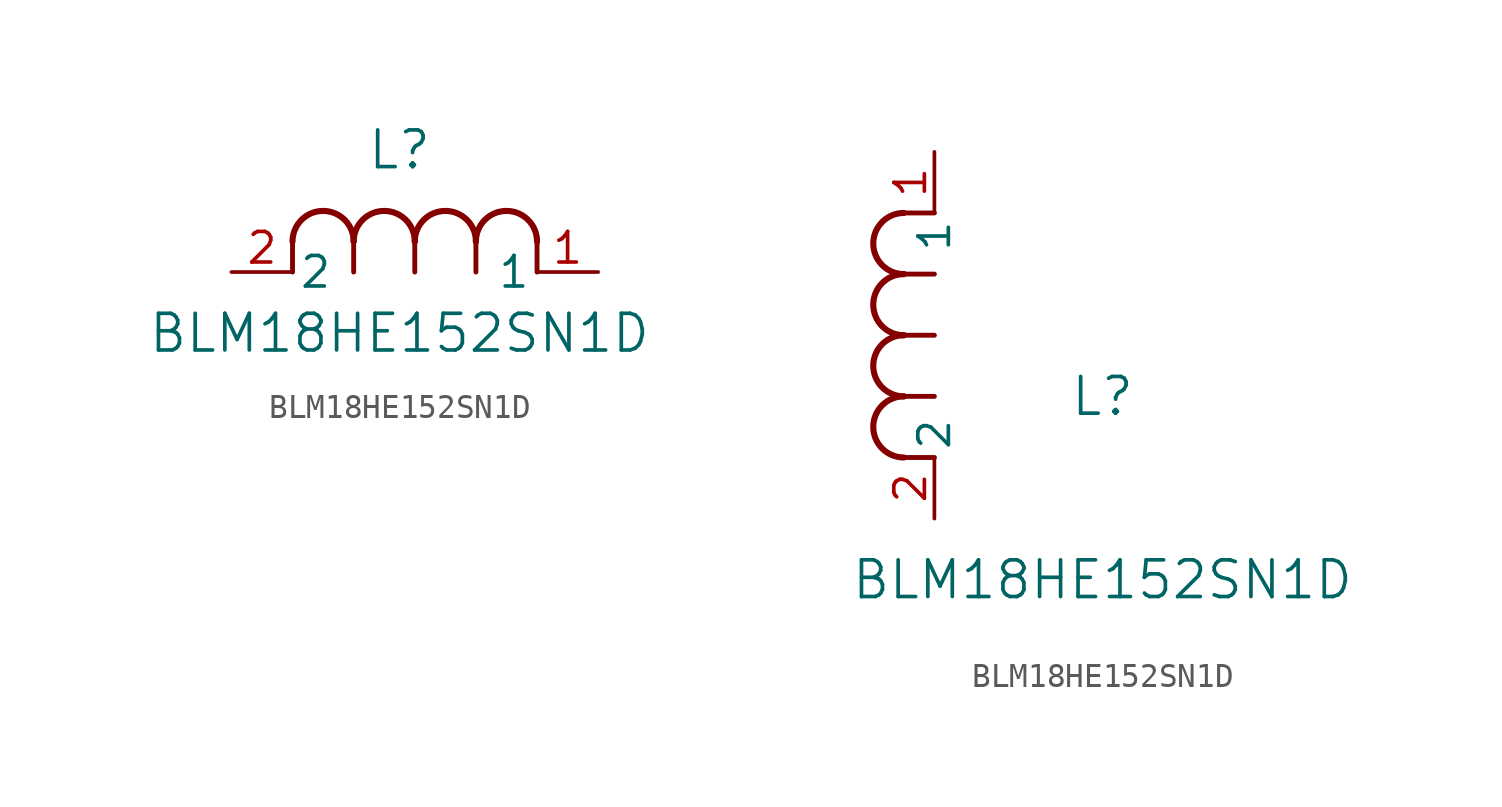
<source format=kicad_sym>
(kicad_symbol_lib
  (version 20211014)
  (generator kicad_symbol_editor)
  (symbol "BLM18HE152SN1D"
    (pin_names
      (offset 0.254))
    (property "Reference" "L"
      (at 6.985 5.08 0)
      (effects (font (size 1.524 1.524))))
    (property "Value" "BLM18HE152SN1D"
      (at 6.985 -2.54 0)
      (effects (font (size 1.524 1.524))))
    (symbol "BLM18HE152SN1D_1_1"
      (arc (start 7.62 1.27) (mid 6.35 2.54) (end 5.08 1.27) (stroke (width 0.254) (type default) (color 0 0 0 0)) (fill (type none)))
      (polyline (pts (xy 5.08 0) (xy 5.08 1.27)) (stroke (width 0.203) (type default) (color 0 0 0 0)) (fill (type none)))
      (polyline (pts (xy 7.62 0) (xy 7.62 1.27)) (stroke (width 0.203) (type default) (color 0 0 0 0)) (fill (type none)))
      (polyline (pts (xy 12.7 0) (xy 12.7 1.27)) (stroke (width 0.203) (type default) (color 0 0 0 0)) (fill (type none)))
      (arc (start 5.08 1.27) (mid 3.81 2.54) (end 2.54 1.27) (stroke (width 0.254) (type default) (color 0 0 0 0)) (fill (type none)))
      (arc (start 10.16 1.27) (mid 8.89 2.54) (end 7.62 1.27) (stroke (width 0.254) (type default) (color 0 0 0 0)) (fill (type none)))
      (arc (start 12.7 1.27) (mid 11.43 2.54) (end 10.16 1.27) (stroke (width 0.254) (type default) (color 0 0 0 0)) (fill (type none)))
      (polyline (pts (xy 2.54 0) (xy 2.54 1.27)) (stroke (width 0.203) (type default) (color 0 0 0 0)) (fill (type none)))
      (polyline (pts (xy 10.16 0) (xy 10.16 1.27)) (stroke (width 0.203) (type default) (color 0 0 0 0)) (fill (type none)))
      (pin unspecified line (at 0 0 0) (length 2.54) (name "2" (effects (font (size 1.27 1.27)))) (number "2" (effects (font (size 1.27 1.27)))))
      (pin unspecified line (at 15.24 0 180) (length 2.54) (name "1" (effects (font (size 1.27 1.27)))) (number "1" (effects (font (size 1.27 1.27))))))
    (symbol "BLM18HE152SN1D_1_2"
      (arc (start -1.27 7.62) (mid -2.54 6.35) (end -1.27 5.08) (stroke (width 0.254) (type default) (color 0 0 0 0)) (fill (type none)))
      (arc (start -1.27 5.08) (mid -2.54 3.81) (end -1.27 2.54) (stroke (width 0.254) (type default) (color 0 0 0 0)) (fill (type none)))
      (arc (start -1.27 12.7) (mid -2.54 11.43) (end -1.27 10.16) (stroke (width 0.254) (type default) (color 0 0 0 0)) (fill (type none)))
      (arc (start -1.27 10.16) (mid -2.54 8.89) (end -1.27 7.62) (stroke (width 0.254) (type default) (color 0 0 0 0)) (fill (type none)))
      (polyline (pts (xy 0 7.62) (xy -1.27 7.62)) (stroke (width 0.203) (type default) (color 0 0 0 0)) (fill (type none)))
      (polyline (pts (xy 0 5.08) (xy -1.27 5.08)) (stroke (width 0.203) (type default) (color 0 0 0 0)) (fill (type none)))
      (polyline (pts (xy 0 12.7) (xy -1.27 12.7)) (stroke (width 0.203) (type default) (color 0 0 0 0)) (fill (type none)))
      (polyline (pts (xy 0 2.54) (xy -1.27 2.54)) (stroke (width 0.203) (type default) (color 0 0 0 0)) (fill (type none)))
      (polyline (pts (xy 0 10.16) (xy -1.27 10.16)) (stroke (width 0.203) (type default) (color 0 0 0 0)) (fill (type none)))
      (pin unspecified line (at 0 0 90) (length 2.54) (name "2" (effects (font (size 1.27 1.27)))) (number "2" (effects (font (size 1.27 1.27)))))
      (pin unspecified line (at 0 15.24 270) (length 2.54) (name "1" (effects (font (size 1.27 1.27)))) (number "1" (effects (font (size 1.27 1.27))))))))
</source>
